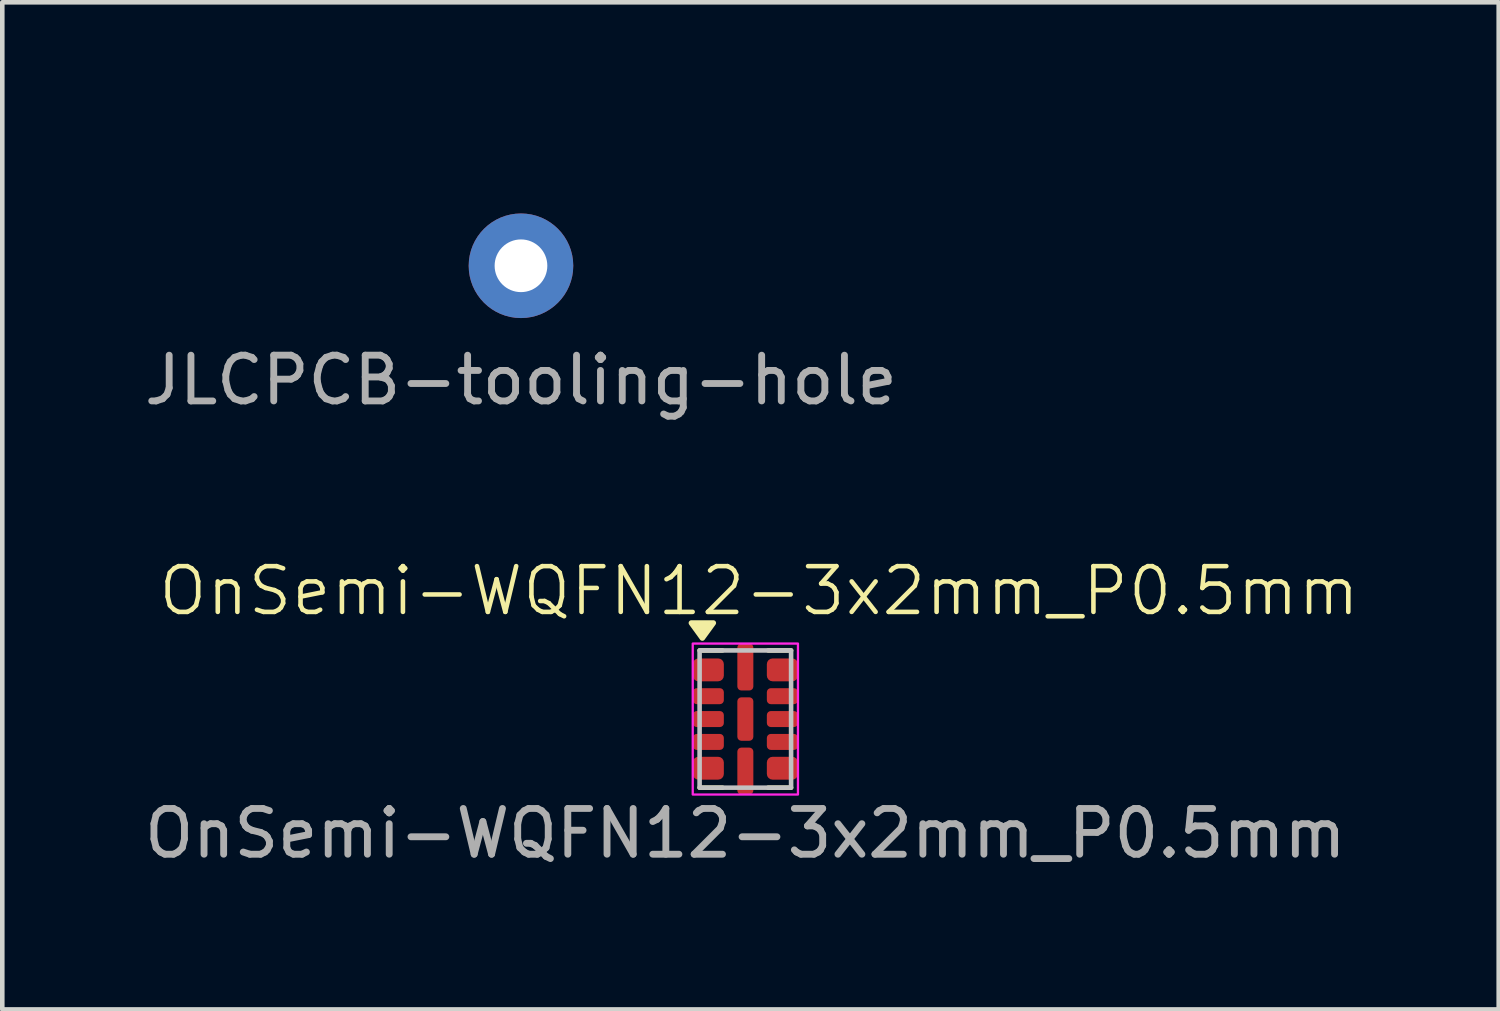
<source format=kicad_pcb>
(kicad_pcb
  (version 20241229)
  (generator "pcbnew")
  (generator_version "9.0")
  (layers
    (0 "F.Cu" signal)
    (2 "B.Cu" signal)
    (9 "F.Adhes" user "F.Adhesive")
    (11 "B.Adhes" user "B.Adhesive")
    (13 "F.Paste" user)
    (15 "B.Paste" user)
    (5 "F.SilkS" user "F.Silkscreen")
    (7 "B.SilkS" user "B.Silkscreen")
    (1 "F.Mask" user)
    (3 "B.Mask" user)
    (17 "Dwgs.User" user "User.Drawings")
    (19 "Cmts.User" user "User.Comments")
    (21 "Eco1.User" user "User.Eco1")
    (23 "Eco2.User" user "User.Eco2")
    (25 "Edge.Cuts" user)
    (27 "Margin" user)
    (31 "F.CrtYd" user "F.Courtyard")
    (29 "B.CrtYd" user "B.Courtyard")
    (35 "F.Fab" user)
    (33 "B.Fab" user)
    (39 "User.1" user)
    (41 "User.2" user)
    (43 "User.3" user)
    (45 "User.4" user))
  (footprint "OnSemi-WQFN12-3x2mm_P0.5mm"
    (layer "F.Cu")
    (at 13.244 12.669)
    (property "Reference" "OnSemi-WQFN12-3x2mm_P0.5mm" (at 0.3 -2.8 0) (unlocked yes) (layer "F.SilkS") (effects (font (size 1 1) (thickness 0.1))))
    (attr smd)
    (fp_line (start -1 -1.5) (end -0.5 -1.5) (stroke (width 0.1) (type default)) (layer "F.SilkS"))
    (fp_line (start -1 1.5) (end -0.5 1.5) (stroke (width 0.1) (type default)) (layer "F.SilkS"))
    (fp_line (start 1 -1.5) (end 0.5 -1.5) (stroke (width 0.1) (type default)) (layer "F.SilkS"))
    (fp_line (start 1 1.5) (end 0.5 1.5) (stroke (width 0.1) (type default)) (layer "F.SilkS"))
    (fp_poly (pts (xy -0.94 -1.77) (xy -1.18 -2.1) (xy -0.7 -2.1) (xy -0.94 -1.77)) (stroke (width 0.12) (type solid)) (fill yes) (layer "F.SilkS"))
    (fp_rect (start -1 -1.5) (end 1 1.5) (stroke (width 0.1) (type default)) (fill no) (layer "Dwgs.User"))
    (fp_rect (start -1.15 -1.65) (end 1.15 1.65) (stroke (width 0.05) (type default)) (fill no) (layer "F.CrtYd"))
    (fp_text user "${REFERENCE}" (at 0 2.5 0) (unlocked yes) (layer "F.Fab") (effects (font (size 1 1) (thickness 0.15))))
    (pad "1" smd roundrect (at -0.81 -1.075) (size 0.68 0.5) (layers "F.Cu" "F.Mask" "F.Paste") (roundrect_rratio 0.25))
    (pad "2" smd roundrect (at -0.81 -0.5) (size 0.68 0.35) (layers "F.Cu" "F.Mask" "F.Paste") (roundrect_rratio 0.25))
    (pad "3" smd roundrect (at -0.81 0) (size 0.68 0.35) (layers "F.Cu" "F.Mask" "F.Paste") (roundrect_rratio 0.25))
    (pad "4" smd roundrect (at -0.81 0.5) (size 0.68 0.35) (layers "F.Cu" "F.Mask" "F.Paste") (roundrect_rratio 0.25))
    (pad "5" smd roundrect (at -0.81 1.075) (size 0.68 0.5) (layers "F.Cu" "F.Mask" "F.Paste") (roundrect_rratio 0.25))
    (pad "6" smd roundrect (at 0 1.137) (size 0.35 1.025) (layers "F.Cu" "F.Mask" "F.Paste") (roundrect_rratio 0.25))
    (pad "7" smd roundrect (at 0.81 1.075) (size 0.68 0.5) (layers "F.Cu" "F.Mask" "F.Paste") (roundrect_rratio 0.25))
    (pad "8" smd roundrect (at 0.81 0.5) (size 0.68 0.35) (layers "F.Cu" "F.Mask" "F.Paste") (roundrect_rratio 0.25))
    (pad "9" smd roundrect (at 0.81 0) (size 0.68 0.35) (layers "F.Cu" "F.Mask" "F.Paste") (roundrect_rratio 0.25))
    (pad "10" smd roundrect (at 0.81 -0.5) (size 0.68 0.35) (layers "F.Cu" "F.Mask" "F.Paste") (roundrect_rratio 0.25))
    (pad "11" smd roundrect (at 0.81 -1.075) (size 0.68 0.5) (layers "F.Cu" "F.Mask" "F.Paste") (roundrect_rratio 0.25))
    (pad "12" smd roundrect (at 0 -1.137) (size 0.35 1.025) (layers "F.Cu" "F.Mask" "F.Paste") (roundrect_rratio 0.25))
    (pad "13" smd roundrect (at 0 0) (size 0.35 0.95) (layers "F.Cu" "F.Mask" "F.Paste") (roundrect_rratio 0.25)))
  (footprint "JLCPCB-tooling-hole"
    (layer "F.Cu")
    (at 8.339 2.76)
    (property "Reference" "JLCPCB-tooling-hole" (at 0 -2 0) (unlocked yes) (layer "User.1") (effects (font (size 1 1) (thickness 0.1))))
    (attr smd)
    (fp_text user "${REFERENCE}" (at 0 2.5 0) (unlocked yes) (layer "F.Fab") (effects (font (size 1 1) (thickness 0.15))))
    (pad "" np_thru_hole circle (at 0 0) (size 2.286 2.286) (drill 1.152) (layers "*.Cu" "*.Mask")))
  (gr_rect
    (start -3 -3)
    (end 29.713 19.017)
    (stroke (width 0.1) (type default))
    (fill no)
    (layer "Edge.Cuts")))
</source>
